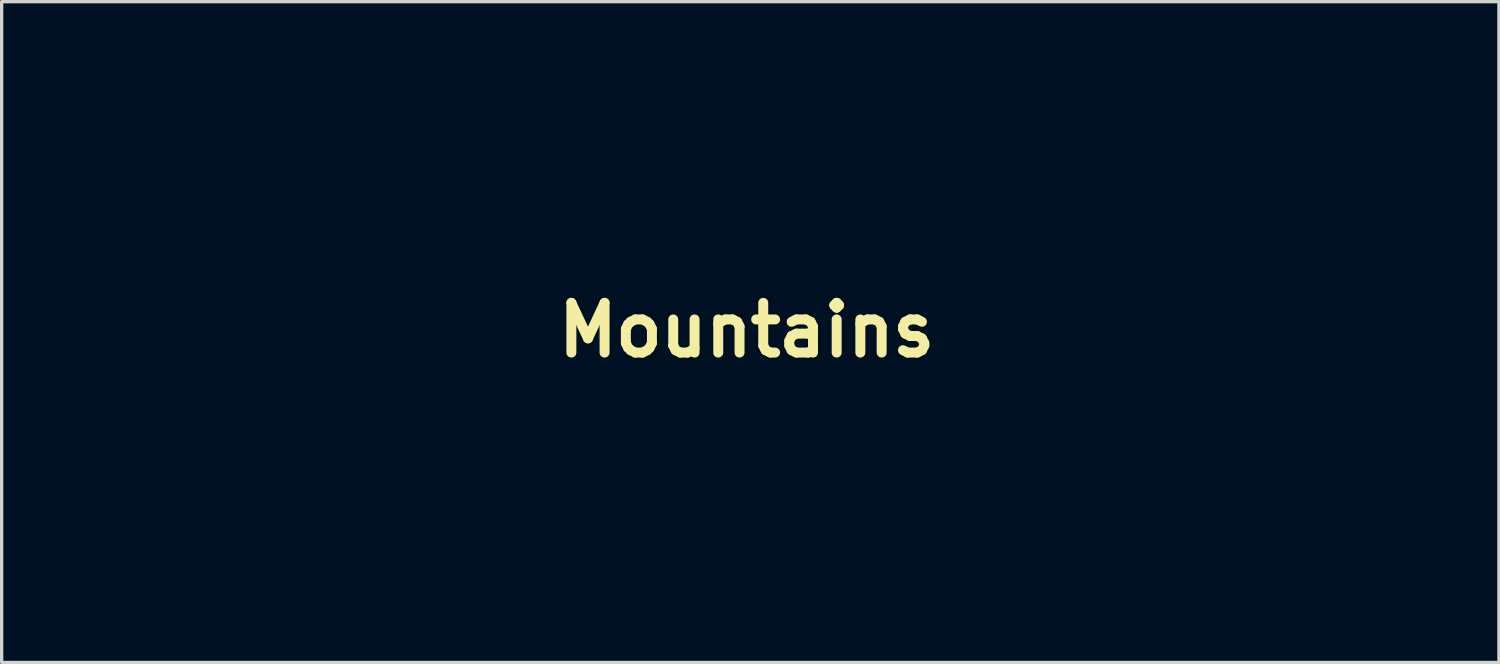
<source format=kicad_pcb>
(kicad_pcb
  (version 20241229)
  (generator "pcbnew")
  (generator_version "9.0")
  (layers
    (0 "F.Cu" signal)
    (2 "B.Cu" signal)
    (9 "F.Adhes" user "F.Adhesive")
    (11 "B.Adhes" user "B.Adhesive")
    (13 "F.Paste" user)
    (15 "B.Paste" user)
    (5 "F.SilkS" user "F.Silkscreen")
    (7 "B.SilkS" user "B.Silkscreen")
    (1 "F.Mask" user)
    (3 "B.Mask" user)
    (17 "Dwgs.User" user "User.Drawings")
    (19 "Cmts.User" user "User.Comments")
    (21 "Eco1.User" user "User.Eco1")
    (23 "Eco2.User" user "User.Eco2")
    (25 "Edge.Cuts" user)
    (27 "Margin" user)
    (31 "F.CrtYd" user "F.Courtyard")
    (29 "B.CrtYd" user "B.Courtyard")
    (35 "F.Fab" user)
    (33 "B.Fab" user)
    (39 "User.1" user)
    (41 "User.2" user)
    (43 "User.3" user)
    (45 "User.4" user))
  (footprint "Mountains"
    (layer "F.Cu")
    (at 19.468 6.905)
    (property "Reference" "Mountains" (at 0 0 0) (layer "F.SilkS") (effects (font (size 1.5 1.5) (thickness 0.3))))
    (attr board_only exclude_from_pos_files exclude_from_bom)
    (fp_poly (pts (xy 15.224 6.758) (xy 15.218 6.786) (xy 15.193 6.789) (xy 15.153 6.772) (xy 15.161 6.758) (xy 15.217 6.752)) (stroke (width 0) (type solid)) (fill yes) (layer "F.Mask"))
    (fp_poly (pts (xy 8.336 4.08) (xy 8.351 4.164) (xy 8.333 4.305) (xy 8.285 4.487) (xy 8.211 4.694) (xy 8.113 4.912) (xy 8.1 4.938) (xy 8.012 5.118) (xy 7.933 5.291) (xy 7.883 5.412) (xy 7.797 5.636) (xy 7.699 5.866) (xy 7.601 6.079) (xy 7.513 6.252) (xy 7.447 6.361) (xy 7.443 6.366) (xy 7.353 6.448) (xy 7.276 6.498) (xy 7.197 6.53) (xy 7.171 6.499) (xy 7.169 6.454) (xy 7.195 6.343) (xy 7.255 6.227) (xy 7.349 6.072) (xy 7.442 5.874) (xy 7.545 5.616) (xy 7.615 5.419) (xy 7.694 5.212) (xy 7.783 5.007) (xy 7.863 4.849) (xy 7.972 4.653) (xy 8.071 4.463) (xy 8.151 4.299) (xy 8.201 4.181) (xy 8.213 4.136) (xy 8.251 4.084) (xy 8.285 4.066)) (stroke (width 0) (type solid)) (fill yes) (layer "F.Mask"))
    (fp_poly (pts (xy -1.728 2.393) (xy -1.67 2.481) (xy -1.636 2.588) (xy -1.602 2.766) (xy -1.571 2.994) (xy -1.545 3.248) (xy -1.527 3.505) (xy -1.52 3.742) (xy -1.52 3.756) (xy -1.485 4.105) (xy -1.406 4.421) (xy -1.332 4.67) (xy -1.26 4.959) (xy -1.194 5.255) (xy -1.144 5.524) (xy -1.116 5.725) (xy -1.119 5.843) (xy -1.158 5.886) (xy -1.169 5.887) (xy -1.242 5.852) (xy -1.256 5.828) (xy -1.272 5.747) (xy -1.292 5.613) (xy -1.3 5.549) (xy -1.32 5.427) (xy -1.356 5.274) (xy -1.412 5.074) (xy -1.491 4.816) (xy -1.599 4.484) (xy -1.622 4.415) (xy -1.644 4.309) (xy -1.667 4.13) (xy -1.69 3.899) (xy -1.709 3.64) (xy -1.715 3.537) (xy -1.731 3.266) (xy -1.748 3.008) (xy -1.766 2.79) (xy -1.781 2.634) (xy -1.785 2.599) (xy -1.794 2.45) (xy -1.774 2.38)) (stroke (width 0) (type solid)) (fill yes) (layer "F.Mask"))
    (fp_poly (pts (xy 9.211 0.149) (xy 9.177 0.255) (xy 9.113 0.392) (xy 9.041 0.543) (xy 8.99 0.664) (xy 8.973 0.725) (xy 8.943 0.79) (xy 8.865 0.896) (xy 8.8 0.971) (xy 8.662 1.13) (xy 8.5 1.329) (xy 8.336 1.54) (xy 8.193 1.733) (xy 8.105 1.863) (xy 8.026 1.967) (xy 7.979 1.982) (xy 7.963 1.906) (xy 7.968 1.804) (xy 7.969 1.674) (xy 7.933 1.62) (xy 7.848 1.64) (xy 7.722 1.716) (xy 7.524 1.877) (xy 7.321 2.087) (xy 7.142 2.314) (xy 7.013 2.526) (xy 7.001 2.552) (xy 6.924 2.711) (xy 6.848 2.85) (xy 6.81 2.908) (xy 6.732 3.015) (xy 6.756 2.896) (xy 6.855 2.507) (xy 6.988 2.181) (xy 7.156 1.903) (xy 7.343 1.657) (xy 7.514 1.475) (xy 7.693 1.336) (xy 7.905 1.218) (xy 7.923 1.209) (xy 8.086 1.112) (xy 8.28 0.958) (xy 8.516 0.739) (xy 8.668 0.587) (xy 8.843 0.411) (xy 8.998 0.265) (xy 9.118 0.16) (xy 9.192 0.106) (xy 9.206 0.102)) (stroke (width 0) (type solid)) (fill yes) (layer "F.Mask"))
    (fp_poly (pts (xy 0.182 -4.004) (xy 0.207 -3.956) (xy 0.231 -3.867) (xy 0.259 -3.722) (xy 0.292 -3.508) (xy 0.329 -3.252) (xy 0.411 -2.817) (xy 0.533 -2.446) (xy 0.704 -2.112) (xy 0.887 -1.849) (xy 0.989 -1.713) (xy 1.062 -1.605) (xy 1.092 -1.549) (xy 1.092 -1.547) (xy 1.117 -1.486) (xy 1.178 -1.389) (xy 1.181 -1.384) (xy 1.322 -1.155) (xy 1.468 -0.868) (xy 1.605 -0.555) (xy 1.719 -0.249) (xy 1.795 0.017) (xy 1.803 0.056) (xy 1.819 0.194) (xy 1.807 0.273) (xy 1.774 0.281) (xy 1.726 0.207) (xy 1.723 0.199) (xy 1.673 0.079) (xy 1.61 -0.083) (xy 1.578 -0.166) (xy 1.489 -0.353) (xy 1.347 -0.589) (xy 1.166 -0.856) (xy 0.958 -1.133) (xy 0.86 -1.213) (xy 0.779 -1.227) (xy 0.728 -1.203) (xy 0.698 -1.14) (xy 0.68 -1.017) (xy 0.673 -0.902) (xy 0.674 -0.692) (xy 0.692 -0.478) (xy 0.713 -0.356) (xy 0.742 -0.193) (xy 0.753 -0.049) (xy 0.749 0.000329) (xy 0.734 0.055) (xy 0.708 0.05) (xy 0.663 -0.024) (xy 0.601 -0.148) (xy 0.545 -0.278) (xy 0.505 -0.405) (xy 0.479 -0.554) (xy 0.461 -0.749) (xy 0.448 -0.994) (xy 0.433 -1.286) (xy 0.414 -1.516) (xy 0.387 -1.72) (xy 0.345 -1.932) (xy 0.284 -2.187) (xy 0.267 -2.255) (xy 0.213 -2.5) (xy 0.168 -2.768) (xy 0.132 -3.043) (xy 0.106 -3.312) (xy 0.091 -3.558) (xy 0.089 -3.766) (xy 0.1 -3.922) (xy 0.126 -4.011) (xy 0.154 -4.024)) (stroke (width 0) (type solid)) (fill yes) (layer "F.Mask"))
    (fp_poly (pts (xy 9.388 1.975) (xy 9.507 2.047) (xy 9.579 2.101) (xy 9.952 2.402) (xy 10.258 2.649) (xy 10.507 2.848) (xy 10.707 3.003) (xy 10.866 3.121) (xy 10.993 3.206) (xy 11.096 3.264) (xy 11.183 3.299) (xy 11.263 3.318) (xy 11.345 3.324) (xy 11.436 3.324) (xy 11.543 3.323) (xy 11.817 3.33) (xy 12.024 3.358) (xy 12.191 3.415) (xy 12.347 3.511) (xy 12.519 3.657) (xy 12.528 3.665) (xy 12.778 3.866) (xy 13.071 4.054) (xy 13.373 4.21) (xy 13.651 4.314) (xy 13.672 4.32) (xy 13.86 4.401) (xy 14.034 4.546) (xy 14.076 4.591) (xy 14.214 4.727) (xy 14.362 4.844) (xy 14.443 4.895) (xy 14.587 4.993) (xy 14.724 5.124) (xy 14.751 5.157) (xy 14.98 5.423) (xy 15.191 5.603) (xy 15.273 5.652) (xy 15.373 5.707) (xy 15.43 5.744) (xy 15.43 5.745) (xy 15.474 5.785) (xy 15.573 5.871) (xy 15.707 5.988) (xy 15.769 6.041) (xy 16.004 6.269) (xy 16.201 6.508) (xy 16.343 6.736) (xy 16.403 6.884) (xy 16.415 6.943) (xy 16.395 6.95) (xy 16.331 6.901) (xy 16.23 6.809) (xy 15.986 6.591) (xy 15.736 6.383) (xy 15.492 6.196) (xy 15.269 6.038) (xy 15.079 5.921) (xy 14.936 5.853) (xy 14.875 5.84) (xy 14.821 5.878) (xy 14.81 5.978) (xy 14.841 6.122) (xy 14.908 6.289) (xy 14.976 6.412) (xy 15.054 6.545) (xy 15.097 6.644) (xy 15.098 6.685) (xy 15.04 6.661) (xy 14.947 6.578) (xy 14.838 6.457) (xy 14.729 6.316) (xy 14.639 6.177) (xy 14.624 6.148) (xy 14.464 5.907) (xy 14.239 5.655) (xy 13.97 5.415) (xy 13.682 5.208) (xy 13.597 5.158) (xy 13.424 5.061) (xy 13.278 4.986) (xy 13.182 4.944) (xy 13.16 4.938) (xy 13.097 4.915) (xy 12.976 4.853) (xy 12.816 4.764) (xy 12.737 4.718) (xy 12.493 4.573) (xy 12.314 4.469) (xy 12.187 4.399) (xy 12.096 4.353) (xy 12.026 4.325) (xy 11.961 4.306) (xy 11.951 4.303) (xy 11.842 4.295) (xy 11.793 4.34) (xy 11.805 4.418) (xy 11.868 4.547) (xy 11.971 4.708) (xy 12.102 4.879) (xy 12.137 4.921) (xy 12.218 5.018) (xy 12.327 5.151) (xy 12.391 5.229) (xy 12.577 5.444) (xy 12.814 5.691) (xy 13.113 5.979) (xy 13.436 6.277) (xy 13.604 6.433) (xy 13.751 6.577) (xy 13.858 6.69) (xy 13.905 6.749) (xy 13.932 6.854) (xy 13.883 6.937) (xy 13.77 6.994) (xy 13.611 7.024) (xy 13.419 7.024) (xy 13.211 6.99) (xy 13.002 6.922) (xy 12.962 6.905) (xy 12.819 6.833) (xy 12.713 6.77) (xy 12.674 6.737) (xy 12.6 6.682) (xy 12.462 6.621) (xy 12.287 6.565) (xy 12.106 6.523) (xy 11.946 6.504) (xy 11.928 6.503) (xy 11.638 6.458) (xy 11.351 6.33) (xy 11.174 6.203) (xy 11.066 6.123) (xy 10.98 6.08) (xy 10.965 6.077) (xy 10.864 6.039) (xy 10.731 5.934) (xy 10.579 5.781) (xy 10.423 5.594) (xy 10.278 5.392) (xy 10.157 5.189) (xy 10.116 5.104) (xy 10.015 4.889) (xy 9.933 4.741) (xy 9.856 4.64) (xy 9.768 4.564) (xy 9.732 4.539) (xy 9.601 4.461) (xy 9.486 4.405) (xy 9.465 4.397) (xy 9.332 4.322) (xy 9.237 4.184) (xy 9.171 3.971) (xy 9.157 3.899) (xy 9.113 3.713) (xy 9.047 3.567) (xy 8.935 3.419) (xy 8.892 3.37) (xy 8.77 3.249) (xy 8.66 3.164) (xy 8.588 3.133) (xy 8.513 3.165) (xy 8.396 3.25) (xy 8.258 3.371) (xy 8.222 3.406) (xy 7.964 3.625) (xy 7.645 3.829) (xy 7.48 3.917) (xy 7.198 4.072) (xy 6.986 4.218) (xy 6.819 4.371) (xy 6.8 4.392) (xy 6.67 4.542) (xy 6.529 4.712) (xy 6.393 4.883) (xy 6.277 5.035) (xy 6.196 5.15) (xy 6.167 5.199) (xy 6.103 5.327) (xy 6.005 5.491) (xy 5.89 5.665) (xy 5.774 5.827) (xy 5.673 5.951) (xy 5.611 6.01) (xy 5.418 6.163) (xy 5.238 6.374) (xy 5.082 6.611) (xy 4.994 6.749) (xy 4.921 6.847) (xy 4.88 6.884) (xy 4.848 6.844) (xy 4.847 6.738) (xy 4.874 6.59) (xy 4.919 6.446) (xy 5.01 6.216) (xy 5.086 6.054) (xy 5.16 5.937) (xy 5.247 5.841) (xy 5.29 5.802) (xy 5.429 5.656) (xy 5.532 5.502) (xy 5.591 5.361) (xy 5.595 5.251) (xy 5.559 5.202) (xy 5.491 5.206) (xy 5.362 5.252) (xy 5.191 5.331) (xy 4.999 5.434) (xy 4.835 5.533) (xy 4.713 5.621) (xy 4.544 5.755) (xy 4.351 5.918) (xy 4.157 6.089) (xy 3.939 6.284) (xy 3.78 6.416) (xy 3.676 6.488) (xy 3.621 6.505) (xy 3.608 6.482) (xy 3.632 6.434) (xy 3.696 6.326) (xy 3.788 6.177) (xy 3.837 6.1) (xy 3.947 5.938) (xy 4.058 5.801) (xy 4.185 5.678) (xy 4.343 5.558) (xy 4.544 5.43) (xy 4.805 5.283) (xy 5.116 5.118) (xy 5.437 4.948) (xy 5.69 4.806) (xy 5.893 4.677) (xy 6.064 4.55) (xy 6.221 4.41) (xy 6.382 4.245) (xy 6.536 4.076) (xy 6.641 3.983) (xy 6.787 3.886) (xy 6.849 3.852) (xy 7.001 3.764) (xy 7.136 3.669) (xy 7.174 3.637) (xy 7.264 3.563) (xy 7.409 3.455) (xy 7.583 3.331) (xy 7.668 3.273) (xy 7.863 3.128) (xy 8.09 2.941) (xy 8.316 2.739) (xy 8.459 2.601) (xy 8.744 2.325) (xy 8.975 2.125) (xy 9.155 2) (xy 9.285 1.948) (xy 9.306 1.947)) (stroke (width 0) (type solid)) (fill yes) (layer "F.Mask"))
    (fp_poly (pts (xy 0.469 -6.885) (xy 0.519 -6.862) (xy 0.612 -6.792) (xy 0.756 -6.657) (xy 0.942 -6.465) (xy 1.162 -6.225) (xy 1.408 -5.945) (xy 1.671 -5.635) (xy 1.757 -5.532) (xy 1.915 -5.354) (xy 2.104 -5.163) (xy 2.294 -4.986) (xy 2.457 -4.852) (xy 2.469 -4.843) (xy 2.605 -4.737) (xy 2.761 -4.609) (xy 2.823 -4.554) (xy 2.981 -4.416) (xy 3.149 -4.27) (xy 3.205 -4.222) (xy 3.468 -3.984) (xy 3.714 -3.733) (xy 3.958 -3.453) (xy 4.212 -3.127) (xy 4.489 -2.741) (xy 4.63 -2.536) (xy 4.909 -2.136) (xy 5.161 -1.797) (xy 5.406 -1.498) (xy 5.662 -1.219) (xy 5.948 -0.938) (xy 6.283 -0.634) (xy 6.454 -0.485) (xy 6.732 -0.254) (xy 6.958 -0.089) (xy 7.141 0.014) (xy 7.292 0.062) (xy 7.421 0.058) (xy 7.472 0.042) (xy 7.643 -0.045) (xy 7.866 -0.187) (xy 8.126 -0.373) (xy 8.407 -0.59) (xy 8.695 -0.828) (xy 8.972 -1.074) (xy 8.997 -1.097) (xy 9.218 -1.3) (xy 9.439 -1.499) (xy 9.644 -1.68) (xy 9.819 -1.83) (xy 9.949 -1.938) (xy 10.005 -1.98) (xy 10.158 -2.031) (xy 10.326 -2.008) (xy 10.479 -1.92) (xy 10.538 -1.854) (xy 10.603 -1.748) (xy 10.634 -1.668) (xy 10.635 -1.663) (xy 10.669 -1.566) (xy 10.761 -1.426) (xy 10.897 -1.26) (xy 11.063 -1.086) (xy 11.211 -0.95) (xy 11.402 -0.779) (xy 11.615 -0.584) (xy 11.802 -0.405) (xy 11.803 -0.404) (xy 12.098 -0.116) (xy 12.34 0.116) (xy 12.546 0.303) (xy 12.728 0.458) (xy 12.9 0.593) (xy 13.078 0.72) (xy 13.275 0.851) (xy 13.294 0.864) (xy 13.595 1.053) (xy 13.862 1.21) (xy 14.082 1.328) (xy 14.246 1.401) (xy 14.338 1.424) (xy 14.416 1.451) (xy 14.538 1.519) (xy 14.678 1.609) (xy 14.806 1.703) (xy 14.884 1.774) (xy 14.976 1.893) (xy 15.05 2.018) (xy 15.114 2.132) (xy 15.168 2.211) (xy 15.169 2.213) (xy 15.223 2.275) (xy 15.316 2.385) (xy 15.406 2.494) (xy 15.742 2.859) (xy 16.091 3.15) (xy 16.356 3.321) (xy 16.569 3.445) (xy 16.729 3.538) (xy 16.864 3.616) (xy 17.003 3.695) (xy 17.131 3.768) (xy 17.454 3.957) (xy 17.708 4.121) (xy 17.912 4.273) (xy 18.083 4.429) (xy 18.239 4.603) (xy 18.397 4.811) (xy 18.434 4.864) (xy 18.566 5.049) (xy 18.678 5.205) (xy 18.759 5.315) (xy 18.797 5.364) (xy 18.798 5.365) (xy 18.859 5.435) (xy 18.959 5.568) (xy 19.087 5.748) (xy 19.233 5.959) (xy 19.383 6.183) (xy 19.528 6.405) (xy 19.656 6.608) (xy 19.677 6.642) (xy 19.687 6.68) (xy 19.642 6.691) (xy 19.526 6.678) (xy 19.485 6.671) (xy 19.346 6.656) (xy 19.14 6.643) (xy 18.894 6.633) (xy 18.637 6.627) (xy 18.635 6.627) (xy 18.339 6.62) (xy 18.115 6.602) (xy 17.942 6.566) (xy 17.796 6.503) (xy 17.656 6.408) (xy 17.499 6.272) (xy 17.471 6.247) (xy 17.336 6.141) (xy 17.144 6.016) (xy 16.925 5.89) (xy 16.783 5.817) (xy 16.379 5.59) (xy 16.051 5.337) (xy 15.779 5.042) (xy 15.625 4.821) (xy 15.516 4.66) (xy 15.424 4.56) (xy 15.326 4.5) (xy 15.233 4.467) (xy 15.019 4.394) (xy 14.866 4.307) (xy 14.741 4.184) (xy 14.614 3.999) (xy 14.605 3.983) (xy 14.5 3.823) (xy 14.398 3.688) (xy 14.322 3.606) (xy 14.32 3.604) (xy 14.23 3.528) (xy 14.103 3.416) (xy 14.006 3.326) (xy 13.806 3.156) (xy 13.627 3.048) (xy 13.433 2.987) (xy 13.19 2.956) (xy 13.151 2.954) (xy 12.884 2.923) (xy 12.644 2.858) (xy 12.415 2.751) (xy 12.179 2.592) (xy 11.919 2.372) (xy 11.676 2.139) (xy 11.412 1.862) (xy 11.183 1.595) (xy 11.005 1.358) (xy 10.956 1.281) (xy 10.764 1.011) (xy 10.541 0.759) (xy 10.442 0.666) (xy 10.24 0.479) (xy 10.104 0.323) (xy 10.021 0.175) (xy 9.98 0.013) (xy 9.967 -0.186) (xy 9.967 -0.19) (xy 9.954 -0.393) (xy 9.916 -0.547) (xy 9.841 -0.697) (xy 9.831 -0.712) (xy 9.761 -0.816) (xy 9.694 -0.88) (xy 9.617 -0.901) (xy 9.519 -0.875) (xy 9.389 -0.798) (xy 9.216 -0.666) (xy 8.987 -0.476) (xy 8.902 -0.403) (xy 8.667 -0.212) (xy 8.401 -0.01) (xy 8.123 0.189) (xy 7.85 0.375) (xy 7.6 0.533) (xy 7.391 0.653) (xy 7.274 0.709) (xy 6.972 0.877) (xy 6.744 1.105) (xy 6.625 1.306) (xy 6.56 1.46) (xy 6.516 1.588) (xy 6.504 1.65) (xy 6.483 1.728) (xy 6.426 1.867) (xy 6.344 2.046) (xy 6.248 2.243) (xy 6.148 2.437) (xy 6.055 2.605) (xy 5.98 2.727) (xy 5.96 2.754) (xy 5.886 2.837) (xy 5.762 2.964) (xy 5.609 3.115) (xy 5.514 3.205) (xy 5.182 3.52) (xy 4.909 3.785) (xy 4.683 4.011) (xy 4.491 4.21) (xy 4.39 4.32) (xy 4.26 4.45) (xy 4.1 4.589) (xy 3.93 4.723) (xy 3.771 4.835) (xy 3.643 4.912) (xy 3.569 4.938) (xy 3.499 4.965) (xy 3.375 5.039) (xy 3.219 5.143) (xy 3.051 5.265) (xy 2.891 5.39) (xy 2.759 5.503) (xy 2.754 5.508) (xy 2.624 5.623) (xy 2.439 5.775) (xy 2.222 5.949) (xy 1.994 6.128) (xy 1.774 6.295) (xy 1.585 6.434) (xy 1.448 6.528) (xy 1.316 6.606) (xy 1.163 6.69) (xy 1.015 6.765) (xy 0.899 6.818) (xy 0.843 6.836) (xy 0.813 6.797) (xy 0.807 6.752) (xy 0.839 6.682) (xy 0.925 6.568) (xy 1.048 6.431) (xy 1.095 6.384) (xy 1.301 6.169) (xy 1.442 5.991) (xy 1.532 5.83) (xy 1.581 5.667) (xy 1.586 5.644) (xy 1.595 5.536) (xy 1.571 5.444) (xy 1.501 5.335) (xy 1.437 5.255) (xy 1.308 5.063) (xy 1.201 4.841) (xy 1.173 4.762) (xy 1.107 4.565) (xy 1.038 4.432) (xy 0.945 4.336) (xy 0.803 4.249) (xy 0.727 4.209) (xy 0.55 4.103) (xy 0.379 3.973) (xy 0.309 3.908) (xy 0.187 3.768) (xy 0.091 3.622) (xy 0.017 3.454) (xy -0.039 3.249) (xy -0.082 2.992) (xy -0.115 2.667) (xy -0.139 2.339) (xy -0.158 2.08) (xy -0.181 1.849) (xy -0.204 1.665) (xy -0.227 1.548) (xy -0.236 1.522) (xy -0.32 1.44) (xy -0.417 1.399) (xy -0.602 1.357) (xy -0.714 1.313) (xy -0.775 1.253) (xy -0.808 1.163) (xy -0.813 1.139) (xy -0.884 0.974) (xy -1.016 0.813) (xy -1.183 0.677) (xy -1.357 0.59) (xy -1.468 0.57) (xy -1.569 0.577) (xy -1.645 0.61) (xy -1.722 0.688) (xy -1.824 0.828) (xy -1.83 0.837) (xy -1.961 1) (xy -2.134 1.182) (xy -2.314 1.343) (xy -2.329 1.355) (xy -2.7 1.684) (xy -2.979 2.006) (xy -3.168 2.325) (xy -3.169 2.326) (xy -3.241 2.481) (xy -3.301 2.611) (xy -3.33 2.67) (xy -3.365 2.762) (xy -3.371 2.799) (xy -3.389 2.863) (xy -3.438 2.987) (xy -3.508 3.145) (xy -3.513 3.157) (xy -3.583 3.313) (xy -3.634 3.434) (xy -3.656 3.495) (xy -3.656 3.497) (xy -3.675 3.548) (xy -3.728 3.667) (xy -3.805 3.835) (xy -3.892 4.018) (xy -4.014 4.255) (xy -4.141 4.466) (xy -4.261 4.636) (xy -4.364 4.751) (xy -4.438 4.795) (xy -4.441 4.795) (xy -4.469 4.759) (xy -4.458 4.67) (xy -4.417 4.559) (xy -4.353 4.454) (xy -4.344 4.444) (xy -4.28 4.34) (xy -4.201 4.17) (xy -4.116 3.956) (xy -4.055 3.78) (xy -3.977 3.545) (xy -3.898 3.321) (xy -3.829 3.137) (xy -3.789 3.039) (xy -3.708 2.86) (xy -3.626 2.676) (xy -3.605 2.629) (xy -3.536 2.47) (xy -3.459 2.276) (xy -3.417 2.168) (xy -3.349 2.02) (xy -3.244 1.853) (xy -3.096 1.657) (xy -2.895 1.421) (xy -2.632 1.133) (xy -2.594 1.092) (xy -2.377 0.835) (xy -2.232 0.602) (xy -2.147 0.371) (xy -2.146 0.367) (xy -2.109 0.179) (xy -2.091 0.003) (xy -2.094 -0.134) (xy -2.117 -0.202) (xy -2.166 -0.189) (xy -2.275 -0.134) (xy -2.427 -0.044) (xy -2.544 0.031) (xy -2.762 0.165) (xy -3.026 0.317) (xy -3.296 0.465) (xy -3.454 0.547) (xy -3.681 0.669) (xy -3.901 0.801) (xy -4.085 0.925) (xy -4.187 1.007) (xy -4.547 1.32) (xy -4.858 1.558) (xy -4.946 1.618) (xy -5.078 1.724) (xy -5.185 1.844) (xy -5.202 1.87) (xy -5.27 1.965) (xy -5.385 2.106) (xy -5.527 2.267) (xy -5.599 2.345) (xy -5.782 2.546) (xy -5.912 2.702) (xy -6.002 2.835) (xy -6.067 2.968) (xy -6.121 3.122) (xy -6.125 3.133) (xy -6.198 3.309) (xy -6.296 3.478) (xy -6.322 3.513) (xy -6.434 3.721) (xy -6.483 3.941) (xy -6.561 4.364) (xy -6.686 4.739) (xy -6.852 5.049) (xy -6.94 5.164) (xy -7.03 5.29) (xy -7.09 5.411) (xy -7.097 5.437) (xy -7.127 5.583) (xy -7.146 5.671) (xy -7.192 5.765) (xy -7.289 5.889) (xy -7.388 5.992) (xy -7.511 6.115) (xy -7.606 6.227) (xy -7.646 6.291) (xy -7.672 6.336) (xy -7.684 6.301) (xy -7.688 6.215) (xy -7.665 6.068) (xy -7.598 5.87) (xy -7.525 5.704) (xy -7.447 5.542) (xy -7.389 5.415) (xy -7.36 5.345) (xy -7.359 5.339) (xy -7.341 5.286) (xy -7.296 5.177) (xy -7.269 5.115) (xy -7.194 4.936) (xy -7.141 4.773) (xy -7.098 4.585) (xy -7.068 4.415) (xy -7.018 4.084) (xy -6.992 3.839) (xy -6.991 3.68) (xy -7.014 3.611) (xy -7.024 3.608) (xy -7.105 3.638) (xy -7.242 3.719) (xy -7.417 3.841) (xy -7.614 3.992) (xy -7.81 4.154) (xy -7.962 4.284) (xy -8.1 4.402) (xy -8.196 4.484) (xy -8.204 4.49) (xy -8.302 4.598) (xy -8.387 4.734) (xy -8.39 4.74) (xy -8.482 4.867) (xy -8.639 4.978) (xy -8.722 5.02) (xy -8.985 5.189) (xy -9.246 5.443) (xy -9.379 5.582) (xy -9.498 5.687) (xy -9.583 5.741) (xy -9.6 5.745) (xy -9.691 5.765) (xy -9.828 5.819) (xy -9.923 5.863) (xy -10.094 5.936) (xy -10.268 5.972) (xy -10.491 5.982) (xy -10.655 5.977) (xy -10.774 5.965) (xy -10.824 5.948) (xy -10.825 5.946) (xy -10.782 5.903) (xy -10.664 5.832) (xy -10.481 5.739) (xy -10.245 5.631) (xy -10.231 5.625) (xy -9.922 5.452) (xy -9.654 5.23) (xy -9.519 5.075) (xy -9.407 4.952) (xy -9.246 4.811) (xy -9.071 4.682) (xy -9.063 4.677) (xy -8.819 4.491) (xy -8.572 4.261) (xy -8.349 4.012) (xy -8.172 3.771) (xy -8.112 3.666) (xy -7.96 3.438) (xy -7.763 3.275) (xy -7.498 3.158) (xy -7.491 3.156) (xy -7.249 3.065) (xy -7.041 2.953) (xy -6.843 2.803) (xy -6.632 2.598) (xy -6.505 2.461) (xy -6.176 2.097) (xy -5.867 1.763) (xy -5.584 1.465) (xy -5.335 1.21) (xy -5.127 1.005) (xy -4.966 0.857) (xy -4.859 0.774) (xy -4.848 0.767) (xy -4.73 0.701) (xy -4.587 0.622) (xy -4.563 0.608) (xy -4.417 0.513) (xy -4.264 0.393) (xy -4.225 0.358) (xy -4.114 0.274) (xy -3.941 0.166) (xy -3.733 0.05) (xy -3.559 -0.037) (xy -3.271 -0.186) (xy -3.041 -0.33) (xy -2.837 -0.491) (xy -2.743 -0.578) (xy -2.522 -0.786) (xy -2.351 -0.935) (xy -2.216 -1.036) (xy -2.102 -1.097) (xy -1.994 -1.128) (xy -1.875 -1.139) (xy -1.83 -1.139) (xy -1.678 -1.127) (xy -1.569 -1.074) (xy -1.476 -0.985) (xy -1.362 -0.861) (xy -1.222 -0.709) (xy -1.137 -0.617) (xy -1.009 -0.461) (xy -0.894 -0.292) (xy -0.844 -0.2) (xy -0.728 -0.015) (xy -0.558 0.154) (xy -0.32 0.318) (xy -0.047 0.465) (xy 0.228 0.632) (xy 0.515 0.86) (xy 0.794 1.128) (xy 1.048 1.418) (xy 1.257 1.709) (xy 1.405 1.983) (xy 1.429 2.043) (xy 1.509 2.223) (xy 1.618 2.382) (xy 1.77 2.534) (xy 1.981 2.698) (xy 2.184 2.835) (xy 2.354 2.953) (xy 2.519 3.081) (xy 2.611 3.161) (xy 2.706 3.242) (xy 2.825 3.326) (xy 2.984 3.423) (xy 3.198 3.542) (xy 3.481 3.691) (xy 3.577 3.732) (xy 3.647 3.721) (xy 3.735 3.65) (xy 3.742 3.643) (xy 3.869 3.537) (xy 3.996 3.446) (xy 4.088 3.355) (xy 4.185 3.214) (xy 4.269 3.05) (xy 4.328 2.893) (xy 4.347 2.772) (xy 4.343 2.749) (xy 4.268 2.67) (xy 4.134 2.63) (xy 4.018 2.609) (xy 3.935 2.578) (xy 3.865 2.522) (xy 3.791 2.423) (xy 3.694 2.265) (xy 3.646 2.184) (xy 3.457 1.851) (xy 3.314 1.572) (xy 3.21 1.323) (xy 3.137 1.079) (xy 3.085 0.817) (xy 3.047 0.514) (xy 3.04 0.444) (xy 2.993 0.002) (xy 2.94 -0.356) (xy 2.878 -0.643) (xy 2.804 -0.869) (xy 2.714 -1.045) (xy 2.605 -1.184) (xy 2.486 -1.286) (xy 2.399 -1.368) (xy 2.301 -1.488) (xy 2.279 -1.519) (xy 2.202 -1.628) (xy 2.146 -1.699) (xy 2.136 -1.709) (xy 2.039 -1.821) (xy 1.979 -1.975) (xy 1.951 -2.191) (xy 1.947 -2.361) (xy 1.925 -2.684) (xy 1.855 -2.944) (xy 1.726 -3.165) (xy 1.528 -3.37) (xy 1.509 -3.386) (xy 1.322 -3.569) (xy 1.186 -3.767) (xy 1.085 -4.009) (xy 1.017 -4.26) (xy 0.947 -4.512) (xy 0.861 -4.702) (xy 0.743 -4.866) (xy 0.701 -4.913) (xy 0.638 -5) (xy 0.552 -5.146) (xy 0.46 -5.323) (xy 0.439 -5.365) (xy 0.327 -5.584) (xy 0.237 -5.723) (xy 0.159 -5.793) (xy 0.084 -5.804) (xy 0.032 -5.784) (xy -0.038 -5.736) (xy -0.163 -5.64) (xy -0.324 -5.511) (xy -0.492 -5.373) (xy -0.677 -5.22) (xy -0.848 -5.081) (xy -0.985 -4.972) (xy -1.062 -4.914) (xy -1.161 -4.841) (xy -1.309 -4.731) (xy -1.478 -4.604) (xy -1.532 -4.563) (xy -1.725 -4.425) (xy -1.931 -4.291) (xy -2.11 -4.188) (xy -2.138 -4.174) (xy -2.339 -4.046) (xy -2.564 -3.857) (xy -2.79 -3.629) (xy -2.995 -3.384) (xy -3.034 -3.329) (xy -3.098 -3.233) (xy -3.106 -3.182) (xy -3.063 -3.146) (xy -3.052 -3.141) (xy -2.956 -3.107) (xy -2.809 -3.073) (xy -2.734 -3.06) (xy -2.596 -3.028) (xy -2.423 -2.971) (xy -2.237 -2.899) (xy -2.061 -2.821) (xy -1.916 -2.748) (xy -1.825 -2.687) (xy -1.804 -2.658) (xy -1.847 -2.638) (xy -1.959 -2.635) (xy -2.117 -2.647) (xy -2.296 -2.673) (xy -2.344 -2.682) (xy -2.434 -2.678) (xy -2.58 -2.65) (xy -2.723 -2.611) (xy -2.905 -2.565) (xy -3.14 -2.518) (xy -3.39 -2.478) (xy -3.49 -2.464) (xy -3.95 -2.39) (xy -4.325 -2.287) (xy -4.62 -2.153) (xy -4.84 -1.986) (xy -4.906 -1.912) (xy -4.99 -1.811) (xy -5.049 -1.745) (xy -5.122 -1.661) (xy -5.221 -1.539) (xy -5.33 -1.398) (xy -5.432 -1.261) (xy -5.512 -1.149) (xy -5.553 -1.084) (xy -5.555 -1.077) (xy -5.58 -1.028) (xy -5.648 -0.914) (xy -5.752 -0.75) (xy -5.881 -0.549) (xy -5.968 -0.415) (xy -6.114 -0.193) (xy -6.243 0.006) (xy -6.347 0.168) (xy -6.414 0.275) (xy -6.431 0.305) (xy -6.499 0.389) (xy -6.545 0.417) (xy -6.583 0.411) (xy -6.59 0.345) (xy -6.576 0.243) (xy -6.56 0.12) (xy -6.573 0.064) (xy -6.631 0.048) (xy -6.672 0.047) (xy -6.828 0.08) (xy -7.025 0.169) (xy -7.238 0.3) (xy -7.445 0.459) (xy -7.606 0.613) (xy -7.753 0.781) (xy -7.922 0.988) (xy -8.083 1.193) (xy -8.114 1.234) (xy -8.232 1.392) (xy -8.329 1.52) (xy -8.391 1.598) (xy -8.404 1.614) (xy -8.445 1.66) (xy -8.529 1.759) (xy -8.64 1.892) (xy -8.666 1.923) (xy -8.781 2.061) (xy -8.874 2.169) (xy -8.927 2.227) (xy -8.931 2.231) (xy -9.001 2.315) (xy -9.096 2.462) (xy -9.202 2.649) (xy -9.308 2.854) (xy -9.399 3.052) (xy -9.451 3.181) (xy -9.512 3.311) (xy -9.609 3.474) (xy -9.688 3.588) (xy -9.813 3.77) (xy -9.939 3.971) (xy -9.999 4.076) (xy -10.121 4.274) (xy -10.251 4.439) (xy -10.374 4.555) (xy -10.473 4.605) (xy -10.483 4.605) (xy -10.517 4.588) (xy -10.484 4.53) (xy -10.435 4.475) (xy -10.338 4.348) (xy -10.236 4.182) (xy -10.147 4.007) (xy -10.085 3.852) (xy -10.065 3.756) (xy -10.054 3.662) (xy -10.024 3.512) (xy -9.99 3.372) (xy -9.951 3.197) (xy -9.943 3.087) (xy -9.966 3.021) (xy -9.972 3.012) (xy -10.044 2.954) (xy -10.077 2.944) (xy -10.141 2.964) (xy -10.266 3.018) (xy -10.428 3.095) (xy -10.607 3.183) (xy -10.78 3.272) (xy -10.924 3.35) (xy -11.019 3.407) (xy -11.043 3.426) (xy -11.107 3.462) (xy -11.137 3.466) (xy -11.26 3.495) (xy -11.427 3.572) (xy -11.613 3.682) (xy -11.789 3.81) (xy -11.864 3.875) (xy -12.029 4.021) (xy -12.218 4.18) (xy -12.331 4.27) (xy -12.496 4.418) (xy -12.624 4.582) (xy -12.724 4.781) (xy -12.802 5.031) (xy -12.867 5.35) (xy -12.897 5.544) (xy -12.925 5.675) (xy -12.96 5.762) (xy -12.973 5.776) (xy -12.998 5.755) (xy -12.997 5.651) (xy -12.99 5.597) (xy -12.948 5.269) (xy -12.927 5.033) (xy -12.926 4.886) (xy -12.945 4.829) (xy -13.025 4.828) (xy -13.159 4.877) (xy -13.327 4.965) (xy -13.509 5.08) (xy -13.687 5.21) (xy -13.841 5.346) (xy -13.846 5.351) (xy -14.013 5.506) (xy -14.177 5.63) (xy -14.363 5.735) (xy -14.593 5.834) (xy -14.889 5.939) (xy -14.94 5.957) (xy -15.179 6.029) (xy -15.34 6.065) (xy -15.42 6.064) (xy -15.419 6.027) (xy -15.333 5.955) (xy -15.216 5.881) (xy -14.94 5.715) (xy -14.707 5.566) (xy -14.502 5.422) (xy -14.309 5.27) (xy -14.112 5.096) (xy -13.895 4.888) (xy -13.643 4.632) (xy -13.424 4.406) (xy -13.162 4.132) (xy -12.954 3.916) (xy -12.788 3.744) (xy -12.652 3.605) (xy -12.535 3.486) (xy -12.425 3.377) (xy -12.31 3.264) (xy -12.178 3.137) (xy -12.017 2.983) (xy -11.986 2.953) (xy -11.799 2.77) (xy -11.608 2.578) (xy -11.441 2.406) (xy -11.367 2.326) (xy -11.219 2.172) (xy -11.064 2.024) (xy -10.945 1.923) (xy -10.826 1.828) (xy -10.663 1.693) (xy -10.483 1.541) (xy -10.401 1.471) (xy -10.11 1.224) (xy -9.871 1.028) (xy -9.689 0.888) (xy -9.569 0.807) (xy -9.543 0.793) (xy -9.474 0.756) (xy -9.345 0.68) (xy -9.18 0.579) (xy -9.072 0.512) (xy -8.866 0.376) (xy -8.725 0.264) (xy -8.629 0.158) (xy -8.562 0.047) (xy -8.396 -0.349) (xy -8.319 -0.723) (xy -8.331 -1.085) (xy -8.38 -1.301) (xy -8.424 -1.494) (xy -8.449 -1.699) (xy -8.451 -1.761) (xy -8.468 -1.99) (xy -8.518 -2.148) (xy -8.597 -2.225) (xy -8.634 -2.231) (xy -8.729 -2.196) (xy -8.864 -2.1) (xy -9.023 -1.959) (xy -9.188 -1.788) (xy -9.343 -1.604) (xy -9.415 -1.505) (xy -9.614 -1.218) (xy -9.76 -1) (xy -9.857 -0.846) (xy -9.91 -0.748) (xy -9.923 -0.706) (xy -9.944 -0.635) (xy -9.999 -0.52) (xy -10.023 -0.476) (xy -10.102 -0.366) (xy -10.22 -0.266) (xy -10.397 -0.161) (xy -10.485 -0.115) (xy -10.752 0.024) (xy -10.951 0.14) (xy -11.1 0.247) (xy -11.218 0.363) (xy -11.325 0.501) (xy -11.418 0.644) (xy -11.576 0.863) (xy -11.77 1.086) (xy -11.981 1.29) (xy -12.184 1.454) (xy -12.356 1.556) (xy -12.504 1.622) (xy -12.617 1.673) (xy -12.741 1.745) (xy -12.904 1.862) (xy -13.079 2.002) (xy -13.237 2.143) (xy -13.325 2.231) (xy -13.41 2.372) (xy -13.43 2.517) (xy -13.382 2.636) (xy -13.348 2.668) (xy -13.272 2.745) (xy -13.199 2.853) (xy -13.146 2.963) (xy -13.13 3.041) (xy -13.136 3.055) (xy -13.185 3.044) (xy -13.276 2.983) (xy -13.326 2.942) (xy -13.54 2.789) (xy -13.773 2.699) (xy -14.053 2.661) (xy -14.165 2.659) (xy -14.332 2.665) (xy -14.488 2.689) (xy -14.652 2.738) (xy -14.844 2.817) (xy -15.085 2.935) (xy -15.264 3.027) (xy -15.391 3.113) (xy -15.568 3.258) (xy -15.781 3.452) (xy -16.019 3.681) (xy -16.269 3.934) (xy -16.519 4.2) (xy -16.704 4.406) (xy -16.875 4.587) (xy -17.067 4.765) (xy -17.243 4.91) (xy -17.288 4.942) (xy -17.432 5.048) (xy -17.542 5.145) (xy -17.595 5.212) (xy -17.596 5.214) (xy -17.684 5.429) (xy -17.821 5.662) (xy -17.98 5.872) (xy -17.999 5.893) (xy -18.112 6.007) (xy -18.172 6.051) (xy -18.176 6.026) (xy -18.121 5.932) (xy -18.095 5.894) (xy -18.017 5.772) (xy -17.93 5.617) (xy -17.903 5.566) (xy -17.845 5.441) (xy -17.832 5.374) (xy -17.86 5.341) (xy -17.874 5.335) (xy -17.968 5.338) (xy -18.036 5.371) (xy -18.33 5.579) (xy -18.617 5.767) (xy -18.883 5.928) (xy -19.115 6.054) (xy -19.299 6.137) (xy -19.424 6.171) (xy -19.434 6.171) (xy -19.468 6.157) (xy -19.422 6.113) (xy -19.293 6.036) (xy -19.119 5.935) (xy -18.949 5.829) (xy -18.808 5.733) (xy -18.718 5.662) (xy -18.706 5.649) (xy -18.648 5.6) (xy -18.53 5.514) (xy -18.373 5.406) (xy -18.198 5.289) (xy -18.026 5.178) (xy -17.878 5.086) (xy -17.827 5.056) (xy -17.623 4.917) (xy -17.389 4.721) (xy -17.147 4.49) (xy -16.92 4.244) (xy -16.731 4.007) (xy -16.728 4.003) (xy -16.587 3.821) (xy -16.441 3.655) (xy -16.305 3.523) (xy -16.196 3.439) (xy -16.141 3.418) (xy -16.092 3.387) (xy -15.989 3.302) (xy -15.844 3.174) (xy -15.671 3.014) (xy -15.598 2.945) (xy -15.345 2.711) (xy -15.14 2.539) (xy -14.965 2.418) (xy -14.802 2.341) (xy -14.635 2.298) (xy -14.447 2.281) (xy -14.327 2.279) (xy -14.076 2.269) (xy -13.89 2.23) (xy -13.742 2.148) (xy -13.606 2.007) (xy -13.466 1.809) (xy -13.332 1.624) (xy -13.189 1.457) (xy -13.054 1.327) (xy -12.943 1.249) (xy -12.895 1.234) (xy -12.834 1.207) (xy -12.718 1.136) (xy -12.569 1.035) (xy -12.406 0.918) (xy -12.25 0.8) (xy -12.121 0.695) (xy -12.094 0.672) (xy -11.967 0.541) (xy -11.825 0.369) (xy -11.712 0.215) (xy -11.593 0.046) (xy -11.489 -0.079) (xy -11.377 -0.178) (xy -11.234 -0.271) (xy -11.036 -0.376) (xy -10.942 -0.424) (xy -10.637 -0.599) (xy -10.399 -0.793) (xy -10.203 -1.033) (xy -10.046 -1.297) (xy -9.958 -1.458) (xy -9.883 -1.579) (xy -9.803 -1.682) (xy -9.7 -1.786) (xy -9.555 -1.913) (xy -9.4 -2.043) (xy -9.204 -2.212) (xy -8.987 -2.404) (xy -8.799 -2.575) (xy -8.643 -2.716) (xy -8.518 -2.806) (xy -8.407 -2.843) (xy -8.295 -2.823) (xy -8.166 -2.744) (xy -8.005 -2.602) (xy -7.796 -2.393) (xy -7.776 -2.372) (xy -7.57 -2.173) (xy -7.351 -1.977) (xy -7.144 -1.807) (xy -6.974 -1.683) (xy -6.966 -1.678) (xy -6.807 -1.574) (xy -6.681 -1.489) (xy -6.609 -1.435) (xy -6.599 -1.426) (xy -6.52 -1.352) (xy -6.4 -1.274) (xy -6.271 -1.21) (xy -6.167 -1.175) (xy -6.131 -1.176) (xy -6.03 -1.234) (xy -5.954 -1.311) (xy -5.935 -1.357) (xy -5.904 -1.424) (xy -5.823 -1.542) (xy -5.704 -1.693) (xy -5.563 -1.861) (xy -5.413 -2.029) (xy -5.269 -2.177) (xy -5.252 -2.194) (xy -5.069 -2.356) (xy -4.911 -2.462) (xy -4.743 -2.531) (xy -4.704 -2.543) (xy -4.543 -2.593) (xy -4.401 -2.65) (xy -4.267 -2.723) (xy -4.13 -2.821) (xy -3.98 -2.953) (xy -3.805 -3.127) (xy -3.596 -3.353) (xy -3.341 -3.639) (xy -3.222 -3.774) (xy -3.091 -3.931) (xy -2.958 -4.099) (xy -2.916 -4.154) (xy -2.81 -4.296) (xy -2.725 -4.392) (xy -2.633 -4.465) (xy -2.506 -4.537) (xy -2.344 -4.619) (xy -2.139 -4.727) (xy -1.9 -4.866) (xy -1.652 -5.02) (xy -1.421 -5.172) (xy -1.231 -5.306) (xy -1.138 -5.38) (xy -1.035 -5.467) (xy -0.893 -5.583) (xy -0.782 -5.672) (xy -0.447 -5.972) (xy -0.167 -6.302) (xy 0.008 -6.56) (xy 0.14 -6.751) (xy 0.251 -6.864) (xy 0.356 -6.905)) (stroke (width 0) (type solid)) (fill yes) (layer "F.Mask")))
  (gr_rect
    (start -3 -3)
    (end 42.155 16.929)
    (stroke (width 0.1) (type default))
    (fill no)
    (layer "Edge.Cuts")))
</source>
